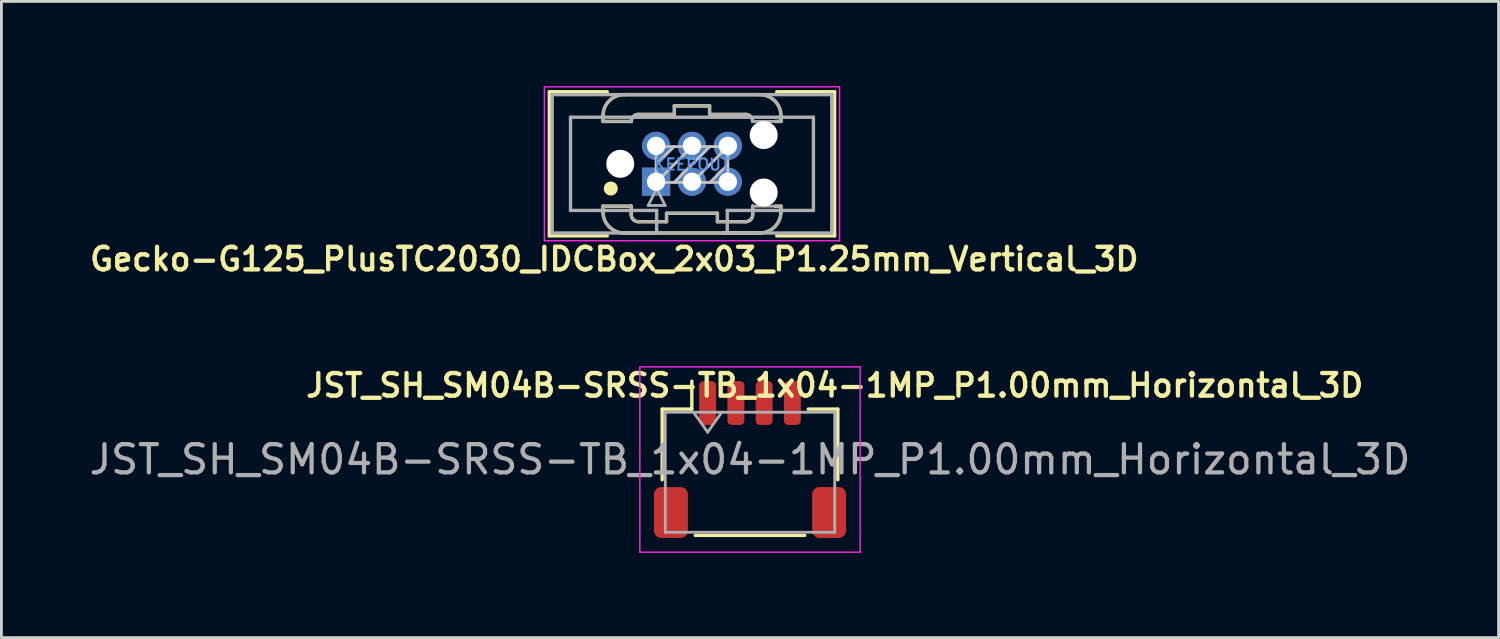
<source format=kicad_pcb>
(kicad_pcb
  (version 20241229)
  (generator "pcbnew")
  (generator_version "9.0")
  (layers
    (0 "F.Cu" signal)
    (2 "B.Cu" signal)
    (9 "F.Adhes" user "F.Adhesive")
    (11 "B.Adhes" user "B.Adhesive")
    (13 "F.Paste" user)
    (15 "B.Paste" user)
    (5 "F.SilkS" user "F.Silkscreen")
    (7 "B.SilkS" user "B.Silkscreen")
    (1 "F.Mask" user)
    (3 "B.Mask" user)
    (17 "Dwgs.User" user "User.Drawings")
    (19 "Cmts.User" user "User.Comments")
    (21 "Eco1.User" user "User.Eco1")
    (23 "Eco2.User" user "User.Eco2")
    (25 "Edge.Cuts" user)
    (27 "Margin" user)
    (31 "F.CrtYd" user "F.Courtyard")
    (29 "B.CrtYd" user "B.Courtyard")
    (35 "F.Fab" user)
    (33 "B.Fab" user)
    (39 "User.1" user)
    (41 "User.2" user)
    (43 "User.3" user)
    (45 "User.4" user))
  (footprint "JST_SH_SM04B-SRSS-TB_1x04-1MP_P1.00mm_Horizontal_3D"
    (layer "F.Cu")
    (at 23.506 13.221)
    (property "Reference" "JST_SH_SM04B-SRSS-TB_1x04-1MP_P1.00mm_Horizontal_3D" (at 3 -2.625 180) (layer "F.SilkS") (effects (font (size 0.8 0.8) (thickness 0.152))))
    (attr smd)
    (fp_line (start -3.11 -1.785) (end -2.06 -1.785) (stroke (width 0.12) (type solid)) (layer "F.SilkS"))
    (fp_line (start -3.11 0.715) (end -3.11 -1.785) (stroke (width 0.12) (type solid)) (layer "F.SilkS"))
    (fp_line (start -2.06 -1.785) (end -2.06 -2.775) (stroke (width 0.12) (type solid)) (layer "F.SilkS"))
    (fp_line (start -1.94 2.685) (end 1.94 2.685) (stroke (width 0.12) (type solid)) (layer "F.SilkS"))
    (fp_line (start 3.11 -1.785) (end 2.06 -1.785) (stroke (width 0.12) (type solid)) (layer "F.SilkS"))
    (fp_line (start 3.11 0.715) (end 3.11 -1.785) (stroke (width 0.12) (type solid)) (layer "F.SilkS"))
    (fp_line (start -3.9 -3.28) (end -3.9 3.28) (stroke (width 0.05) (type solid)) (layer "F.CrtYd"))
    (fp_line (start -3.9 3.28) (end 3.9 3.28) (stroke (width 0.05) (type solid)) (layer "F.CrtYd"))
    (fp_line (start 3.9 -3.28) (end -3.9 -3.28) (stroke (width 0.05) (type solid)) (layer "F.CrtYd"))
    (fp_line (start 3.9 3.28) (end 3.9 -3.28) (stroke (width 0.05) (type solid)) (layer "F.CrtYd"))
    (fp_line (start -3 -1.675) (end -3 2.575) (stroke (width 0.1) (type solid)) (layer "F.Fab"))
    (fp_line (start -3 -1.675) (end 3 -1.675) (stroke (width 0.1) (type solid)) (layer "F.Fab"))
    (fp_line (start -3 2.575) (end 3 2.575) (stroke (width 0.1) (type solid)) (layer "F.Fab"))
    (fp_line (start -2 -1.675) (end -1.5 -0.968) (stroke (width 0.1) (type solid)) (layer "F.Fab"))
    (fp_line (start -1.5 -0.968) (end -1 -1.675) (stroke (width 0.1) (type solid)) (layer "F.Fab"))
    (fp_line (start 3 -1.675) (end 3 2.575) (stroke (width 0.1) (type solid)) (layer "F.Fab"))
    (fp_text user "${REFERENCE}" (at 0 0 180) (layer "F.Fab") (effects (font (size 1 1) (thickness 0.15))))
    (pad "1" smd roundrect (at -1.5 -2) (size 0.6 1.55) (layers "F.Cu" "F.Mask" "F.Paste") (roundrect_rratio 0.25))
    (pad "2" smd roundrect (at -0.5 -2) (size 0.6 1.55) (layers "F.Cu" "F.Mask" "F.Paste") (roundrect_rratio 0.25))
    (pad "3" smd roundrect (at 0.5 -2) (size 0.6 1.55) (layers "F.Cu" "F.Mask" "F.Paste") (roundrect_rratio 0.25))
    (pad "4" smd roundrect (at 1.5 -2) (size 0.6 1.55) (layers "F.Cu" "F.Mask" "F.Paste") (roundrect_rratio 0.25))
    (pad "MP" smd roundrect (at -2.8 1.875) (size 1.2 1.8) (layers "F.Cu" "F.Mask" "F.Paste") (roundrect_rratio 0.208))
    (pad "MP" smd roundrect (at 2.8 1.875) (size 1.2 1.8) (layers "F.Cu" "F.Mask" "F.Paste") (roundrect_rratio 0.208)))
  (footprint "Gecko-G125_PlusTC2030_IDCBox_2x03_P1.25mm_Vertical_3D"
    (layer "F.Cu")
    (at 21.451 2.75)
    (property "Reference" "Gecko-G125_PlusTC2030_IDCBox_2x03_P1.25mm_Vertical_3D" (at -2.75 3.375 0) (layer "F.SilkS") (effects (font (size 0.8 0.8) (thickness 0.152))))
    (attr through_hole)
    (fp_line (start -5.05 -2.55) (end -5.05 2.55) (stroke (width 0.12) (type solid)) (layer "F.SilkS"))
    (fp_line (start -5.05 -2.55) (end -3 -2.55) (stroke (width 0.12) (type solid)) (layer "F.SilkS"))
    (fp_line (start -5.05 2.55) (end -3 2.55) (stroke (width 0.12) (type solid)) (layer "F.SilkS"))
    (fp_line (start -3.15 -1.7) (end -3.15 -1.5) (stroke (width 0.12) (type solid)) (layer "F.SilkS"))
    (fp_line (start -3.15 -1.5) (end -2.15 -1.5) (stroke (width 0.12) (type solid)) (layer "F.SilkS"))
    (fp_line (start -3.15 1.5) (end -2.15 1.5) (stroke (width 0.12) (type solid)) (layer "F.SilkS"))
    (fp_line (start -3.15 1.7) (end -3.15 1.5) (stroke (width 0.12) (type solid)) (layer "F.SilkS"))
    (fp_line (start -2.4 -2.45) (end 2.4 -2.45) (stroke (width 0.12) (type solid)) (layer "F.SilkS"))
    (fp_line (start -2.4 2.45) (end 2.4 2.45) (stroke (width 0.12) (type solid)) (layer "F.SilkS"))
    (fp_line (start -2.15 -1.5) (end -2.15 -1.5) (stroke (width 0.12) (type solid)) (layer "F.SilkS"))
    (fp_line (start -2.15 1.5) (end -2.15 1.5) (stroke (width 0.12) (type solid)) (layer "F.SilkS"))
    (fp_line (start -2.15 1.8) (end -2.15 1.5) (stroke (width 0.12) (type solid)) (layer "F.SilkS"))
    (fp_line (start -1.9 -1.75) (end -0.625 -1.75) (stroke (width 0.12) (type solid)) (layer "F.SilkS"))
    (fp_line (start -1.9 2.05) (end -0.9 2.05) (stroke (width 0.12) (type solid)) (layer "F.SilkS"))
    (fp_line (start -0.9 1.75) (end 0.9 1.75) (stroke (width 0.12) (type solid)) (layer "F.SilkS"))
    (fp_line (start -0.9 2.05) (end -0.9 1.75) (stroke (width 0.12) (type solid)) (layer "F.SilkS"))
    (fp_line (start -0.625 -2.05) (end 0.625 -2.05) (stroke (width 0.12) (type solid)) (layer "F.SilkS"))
    (fp_line (start -0.625 -1.75) (end -0.625 -2.05) (stroke (width 0.12) (type solid)) (layer "F.SilkS"))
    (fp_line (start 0.625 -2.05) (end 0.625 -1.75) (stroke (width 0.12) (type solid)) (layer "F.SilkS"))
    (fp_line (start 0.625 -1.75) (end 1.9 -1.75) (stroke (width 0.12) (type solid)) (layer "F.SilkS"))
    (fp_line (start 0.9 1.75) (end 0.9 2.05) (stroke (width 0.12) (type solid)) (layer "F.SilkS"))
    (fp_line (start 0.9 2.05) (end 1.9 2.05) (stroke (width 0.12) (type solid)) (layer "F.SilkS"))
    (fp_line (start 1.15 2.45) (end 2.4 2.45) (stroke (width 0.12) (type solid)) (layer "F.SilkS"))
    (fp_line (start 2.15 -1.5) (end 2.15 -1.5) (stroke (width 0.12) (type solid)) (layer "F.SilkS"))
    (fp_line (start 2.15 1.5) (end 2.15 1.5) (stroke (width 0.12) (type solid)) (layer "F.SilkS"))
    (fp_line (start 2.15 1.8) (end 2.15 1.5) (stroke (width 0.12) (type solid)) (layer "F.SilkS"))
    (fp_line (start 3 -2.55) (end 5.05 -2.55) (stroke (width 0.12) (type solid)) (layer "F.SilkS"))
    (fp_line (start 3 2.55) (end 5.05 2.55) (stroke (width 0.12) (type solid)) (layer "F.SilkS"))
    (fp_line (start 3.15 -1.7) (end 3.15 -1.5) (stroke (width 0.12) (type solid)) (layer "F.SilkS"))
    (fp_line (start 3.15 -1.5) (end 2.95 -1.5) (stroke (width 0.12) (type solid)) (layer "F.SilkS"))
    (fp_line (start 3.15 1.5) (end 2.95 1.5) (stroke (width 0.12) (type solid)) (layer "F.SilkS"))
    (fp_line (start 3.15 1.7) (end 3.15 1.5) (stroke (width 0.12) (type solid)) (layer "F.SilkS"))
    (fp_line (start 5.05 -2.55) (end 5.05 2.55) (stroke (width 0.12) (type solid)) (layer "F.SilkS"))
    (fp_arc (start -3.15 -1.7) (mid -2.93033 -2.23033) (end -2.4 -2.45) (stroke (width 0.12) (type solid)) (layer "F.SilkS"))
    (fp_arc (start -2.4 2.45) (mid -2.93033 2.23033) (end -3.15 1.7) (stroke (width 0.12) (type solid)) (layer "F.SilkS"))
    (fp_arc (start -2.15 -1.5) (mid -2.076777 -1.676777) (end -1.9 -1.75) (stroke (width 0.12) (type solid)) (layer "F.SilkS"))
    (fp_arc (start -1.9 2.05) (mid -2.076777 1.976777) (end -2.15 1.8) (stroke (width 0.12) (type solid)) (layer "F.SilkS"))
    (fp_arc (start 1.9 -1.75) (mid 2.076777 -1.676777) (end 2.15 -1.5) (stroke (width 0.12) (type solid)) (layer "F.SilkS"))
    (fp_arc (start 2.15 1.8) (mid 2.076777 1.976777) (end 1.9 2.05) (stroke (width 0.12) (type solid)) (layer "F.SilkS"))
    (fp_arc (start 2.4 -2.45) (mid 2.93033 -2.23033) (end 3.15 -1.7) (stroke (width 0.12) (type solid)) (layer "F.SilkS"))
    (fp_arc (start 3.15 1.7) (mid 2.93033 2.23033) (end 2.4 2.45) (stroke (width 0.12) (type solid)) (layer "F.SilkS"))
    (fp_circle (center -2.875 0.875) (end -2.75 0.875) (stroke (width 0.25) (type solid)) (fill no) (layer "F.SilkS"))
    (fp_line (start -1.27 -0.61) (end 1.27 -0.61) (stroke (width 0.1) (type solid)) (layer "Dwgs.User"))
    (fp_line (start -1.27 0.025) (end -0.635 -0.61) (stroke (width 0.1) (type solid)) (layer "Dwgs.User"))
    (fp_line (start -1.27 0.66) (end -1.27 -0.61) (stroke (width 0.1) (type solid)) (layer "Dwgs.User"))
    (fp_line (start -1.27 0.66) (end 0 -0.61) (stroke (width 0.1) (type solid)) (layer "Dwgs.User"))
    (fp_line (start -0.635 0.66) (end 0.635 -0.61) (stroke (width 0.1) (type solid)) (layer "Dwgs.User"))
    (fp_line (start 0 0.66) (end 1.27 -0.61) (stroke (width 0.1) (type solid)) (layer "Dwgs.User"))
    (fp_line (start 0.635 0.66) (end 1.27 0.025) (stroke (width 0.1) (type solid)) (layer "Dwgs.User"))
    (fp_line (start 1.27 -0.61) (end 1.27 0.66) (stroke (width 0.1) (type solid)) (layer "Dwgs.User"))
    (fp_line (start 1.27 0.66) (end -1.27 0.66) (stroke (width 0.1) (type solid)) (layer "Dwgs.User"))
    (fp_line (start -5.225 -2.725) (end -5.225 2.725) (stroke (width 0.05) (type solid)) (layer "F.CrtYd"))
    (fp_line (start -5.225 2.725) (end 5.225 2.725) (stroke (width 0.05) (type solid)) (layer "F.CrtYd"))
    (fp_line (start 5.225 -2.725) (end -5.225 -2.725) (stroke (width 0.05) (type solid)) (layer "F.CrtYd"))
    (fp_line (start 5.225 2.725) (end 5.225 -2.725) (stroke (width 0.05) (type solid)) (layer "F.CrtYd"))
    (fp_line (start -4.95 -2.45) (end -4.95 2.45) (stroke (width 0.12) (type solid)) (layer "F.Fab"))
    (fp_line (start -4.95 -2.45) (end 4.95 -2.45) (stroke (width 0.12) (type solid)) (layer "F.Fab"))
    (fp_line (start -4.3 -1.65) (end 4.3 -1.65) (stroke (width 0.12) (type solid)) (layer "F.Fab"))
    (fp_line (start -4.3 1.65) (end -4.3 -1.65) (stroke (width 0.12) (type solid)) (layer "F.Fab"))
    (fp_line (start -4.3 1.65) (end -1.25 1.65) (stroke (width 0.12) (type solid)) (layer "F.Fab"))
    (fp_line (start -3.15 -1.7) (end -3.15 -1.5) (stroke (width 0.1) (type solid)) (layer "F.Fab"))
    (fp_line (start -3.15 -1.5) (end -2.15 -1.5) (stroke (width 0.1) (type solid)) (layer "F.Fab"))
    (fp_line (start -3.15 1.5) (end -2.15 1.5) (stroke (width 0.1) (type solid)) (layer "F.Fab"))
    (fp_line (start -3.15 1.7) (end -3.15 1.5) (stroke (width 0.1) (type solid)) (layer "F.Fab"))
    (fp_line (start -2.4 -2.45) (end 2.4 -2.45) (stroke (width 0.1) (type solid)) (layer "F.Fab"))
    (fp_line (start -2.4 2.45) (end 2.4 2.45) (stroke (width 0.1) (type solid)) (layer "F.Fab"))
    (fp_line (start -2.15 -1.5) (end -2.15 -1.5) (stroke (width 0.1) (type solid)) (layer "F.Fab"))
    (fp_line (start -2.15 1.5) (end -2.15 1.5) (stroke (width 0.1) (type solid)) (layer "F.Fab"))
    (fp_line (start -2.15 1.8) (end -2.15 1.5) (stroke (width 0.1) (type solid)) (layer "F.Fab"))
    (fp_line (start -1.9 -1.75) (end -0.625 -1.75) (stroke (width 0.1) (type solid)) (layer "F.Fab"))
    (fp_line (start -1.9 2.05) (end -0.9 2.05) (stroke (width 0.1) (type solid)) (layer "F.Fab"))
    (fp_line (start -1.55 1.475) (end -0.95 1.475) (stroke (width 0.1) (type solid)) (layer "F.Fab"))
    (fp_line (start -1.25 0.875) (end -1.55 1.475) (stroke (width 0.1) (type solid)) (layer "F.Fab"))
    (fp_line (start -1.25 2.45) (end -4.95 2.45) (stroke (width 0.12) (type solid)) (layer "F.Fab"))
    (fp_line (start -1.25 2.45) (end -1.25 1.65) (stroke (width 0.12) (type solid)) (layer "F.Fab"))
    (fp_line (start -0.95 1.475) (end -1.25 0.875) (stroke (width 0.1) (type solid)) (layer "F.Fab"))
    (fp_line (start -0.9 1.75) (end 0.9 1.75) (stroke (width 0.1) (type solid)) (layer "F.Fab"))
    (fp_line (start -0.9 2.05) (end -0.9 1.75) (stroke (width 0.1) (type solid)) (layer "F.Fab"))
    (fp_line (start -0.625 -2.05) (end 0.625 -2.05) (stroke (width 0.1) (type solid)) (layer "F.Fab"))
    (fp_line (start -0.625 -1.75) (end -0.625 -2.05) (stroke (width 0.1) (type solid)) (layer "F.Fab"))
    (fp_line (start 0.625 -2.05) (end 0.625 -1.75) (stroke (width 0.1) (type solid)) (layer "F.Fab"))
    (fp_line (start 0.625 -1.75) (end 1.9 -1.75) (stroke (width 0.1) (type solid)) (layer "F.Fab"))
    (fp_line (start 0.9 1.75) (end 0.9 2.05) (stroke (width 0.1) (type solid)) (layer "F.Fab"))
    (fp_line (start 0.9 2.05) (end 1.9 2.05) (stroke (width 0.1) (type solid)) (layer "F.Fab"))
    (fp_line (start 1.25 2.45) (end 1.25 1.65) (stroke (width 0.12) (type solid)) (layer "F.Fab"))
    (fp_line (start 2.15 -1.5) (end 2.15 -1.5) (stroke (width 0.1) (type solid)) (layer "F.Fab"))
    (fp_line (start 2.15 1.5) (end 2.15 1.5) (stroke (width 0.1) (type solid)) (layer "F.Fab"))
    (fp_line (start 2.15 1.8) (end 2.15 1.5) (stroke (width 0.1) (type solid)) (layer "F.Fab"))
    (fp_line (start 3.15 -1.7) (end 3.15 -1.5) (stroke (width 0.1) (type solid)) (layer "F.Fab"))
    (fp_line (start 3.15 -1.5) (end 2.15 -1.5) (stroke (width 0.1) (type solid)) (layer "F.Fab"))
    (fp_line (start 3.15 1.5) (end 2.15 1.5) (stroke (width 0.1) (type solid)) (layer "F.Fab"))
    (fp_line (start 3.15 1.7) (end 3.15 1.5) (stroke (width 0.1) (type solid)) (layer "F.Fab"))
    (fp_line (start 4.3 1.65) (end 1.25 1.65) (stroke (width 0.12) (type solid)) (layer "F.Fab"))
    (fp_line (start 4.3 1.65) (end 4.3 -1.65) (stroke (width 0.12) (type solid)) (layer "F.Fab"))
    (fp_line (start 4.95 -2.45) (end 4.95 2.45) (stroke (width 0.12) (type solid)) (layer "F.Fab"))
    (fp_line (start 4.95 2.45) (end 1.25 2.45) (stroke (width 0.12) (type solid)) (layer "F.Fab"))
    (fp_arc (start -3.15 -1.7) (mid -2.93033 -2.23033) (end -2.4 -2.45) (stroke (width 0.1) (type solid)) (layer "F.Fab"))
    (fp_arc (start -2.4 2.45) (mid -2.93033 2.23033) (end -3.15 1.7) (stroke (width 0.1) (type solid)) (layer "F.Fab"))
    (fp_arc (start -2.15 -1.5) (mid -2.076777 -1.676777) (end -1.9 -1.75) (stroke (width 0.1) (type solid)) (layer "F.Fab"))
    (fp_arc (start -1.9 2.05) (mid -2.076777 1.976777) (end -2.15 1.8) (stroke (width 0.1) (type solid)) (layer "F.Fab"))
    (fp_arc (start 1.9 -1.75) (mid 2.076777 -1.676777) (end 2.15 -1.5) (stroke (width 0.1) (type solid)) (layer "F.Fab"))
    (fp_arc (start 2.15 1.8) (mid 2.076777 1.976777) (end 1.9 2.05) (stroke (width 0.1) (type solid)) (layer "F.Fab"))
    (fp_arc (start 2.4 -2.45) (mid 2.93033 -2.23033) (end 3.15 -1.7) (stroke (width 0.1) (type solid)) (layer "F.Fab"))
    (fp_arc (start 3.15 1.7) (mid 2.93033 2.23033) (end 2.4 2.45) (stroke (width 0.1) (type solid)) (layer "F.Fab"))
    (fp_text user "KEEPOUT" (at 0 0.025 0) (layer "Cmts.User") (effects (font (size 0.4 0.4) (thickness 0.07))))
    (pad "" np_thru_hole circle (at -2.54 0) (size 0.991 0.991) (drill 0.991) (layers "*.Cu" "*.Mask"))
    (pad "" np_thru_hole circle (at 2.54 -1.016) (size 0.991 0.991) (drill 0.991) (layers "*.Cu" "*.Mask"))
    (pad "" np_thru_hole circle (at 2.54 1.016) (size 0.991 0.991) (drill 0.991) (layers "*.Cu" "*.Mask"))
    (pad "1" thru_hole rect (at -1.27 0.635 90) (size 1 1) (drill 0.65) (layers "*.Cu" "*.Mask"))
    (pad "2" thru_hole oval (at -1.27 -0.635 90) (size 1 1) (drill 0.65) (layers "*.Cu" "*.Mask"))
    (pad "3" thru_hole oval (at 0 0.635 90) (size 1 1) (drill 0.65) (layers "*.Cu" "*.Mask"))
    (pad "4" thru_hole oval (at 0 -0.635 90) (size 1 1) (drill 0.65) (layers "*.Cu" "*.Mask"))
    (pad "5" thru_hole oval (at 1.27 0.635 90) (size 1 1) (drill 0.65) (layers "*.Cu" "*.Mask"))
    (pad "6" thru_hole oval (at 1.27 -0.635 90) (size 1 1) (drill 0.65) (layers "*.Cu" "*.Mask")))
  (gr_rect
    (start -3 -3)
    (end 50.012 19.526)
    (stroke (width 0.1) (type default))
    (fill no)
    (layer "Edge.Cuts")))
</source>
